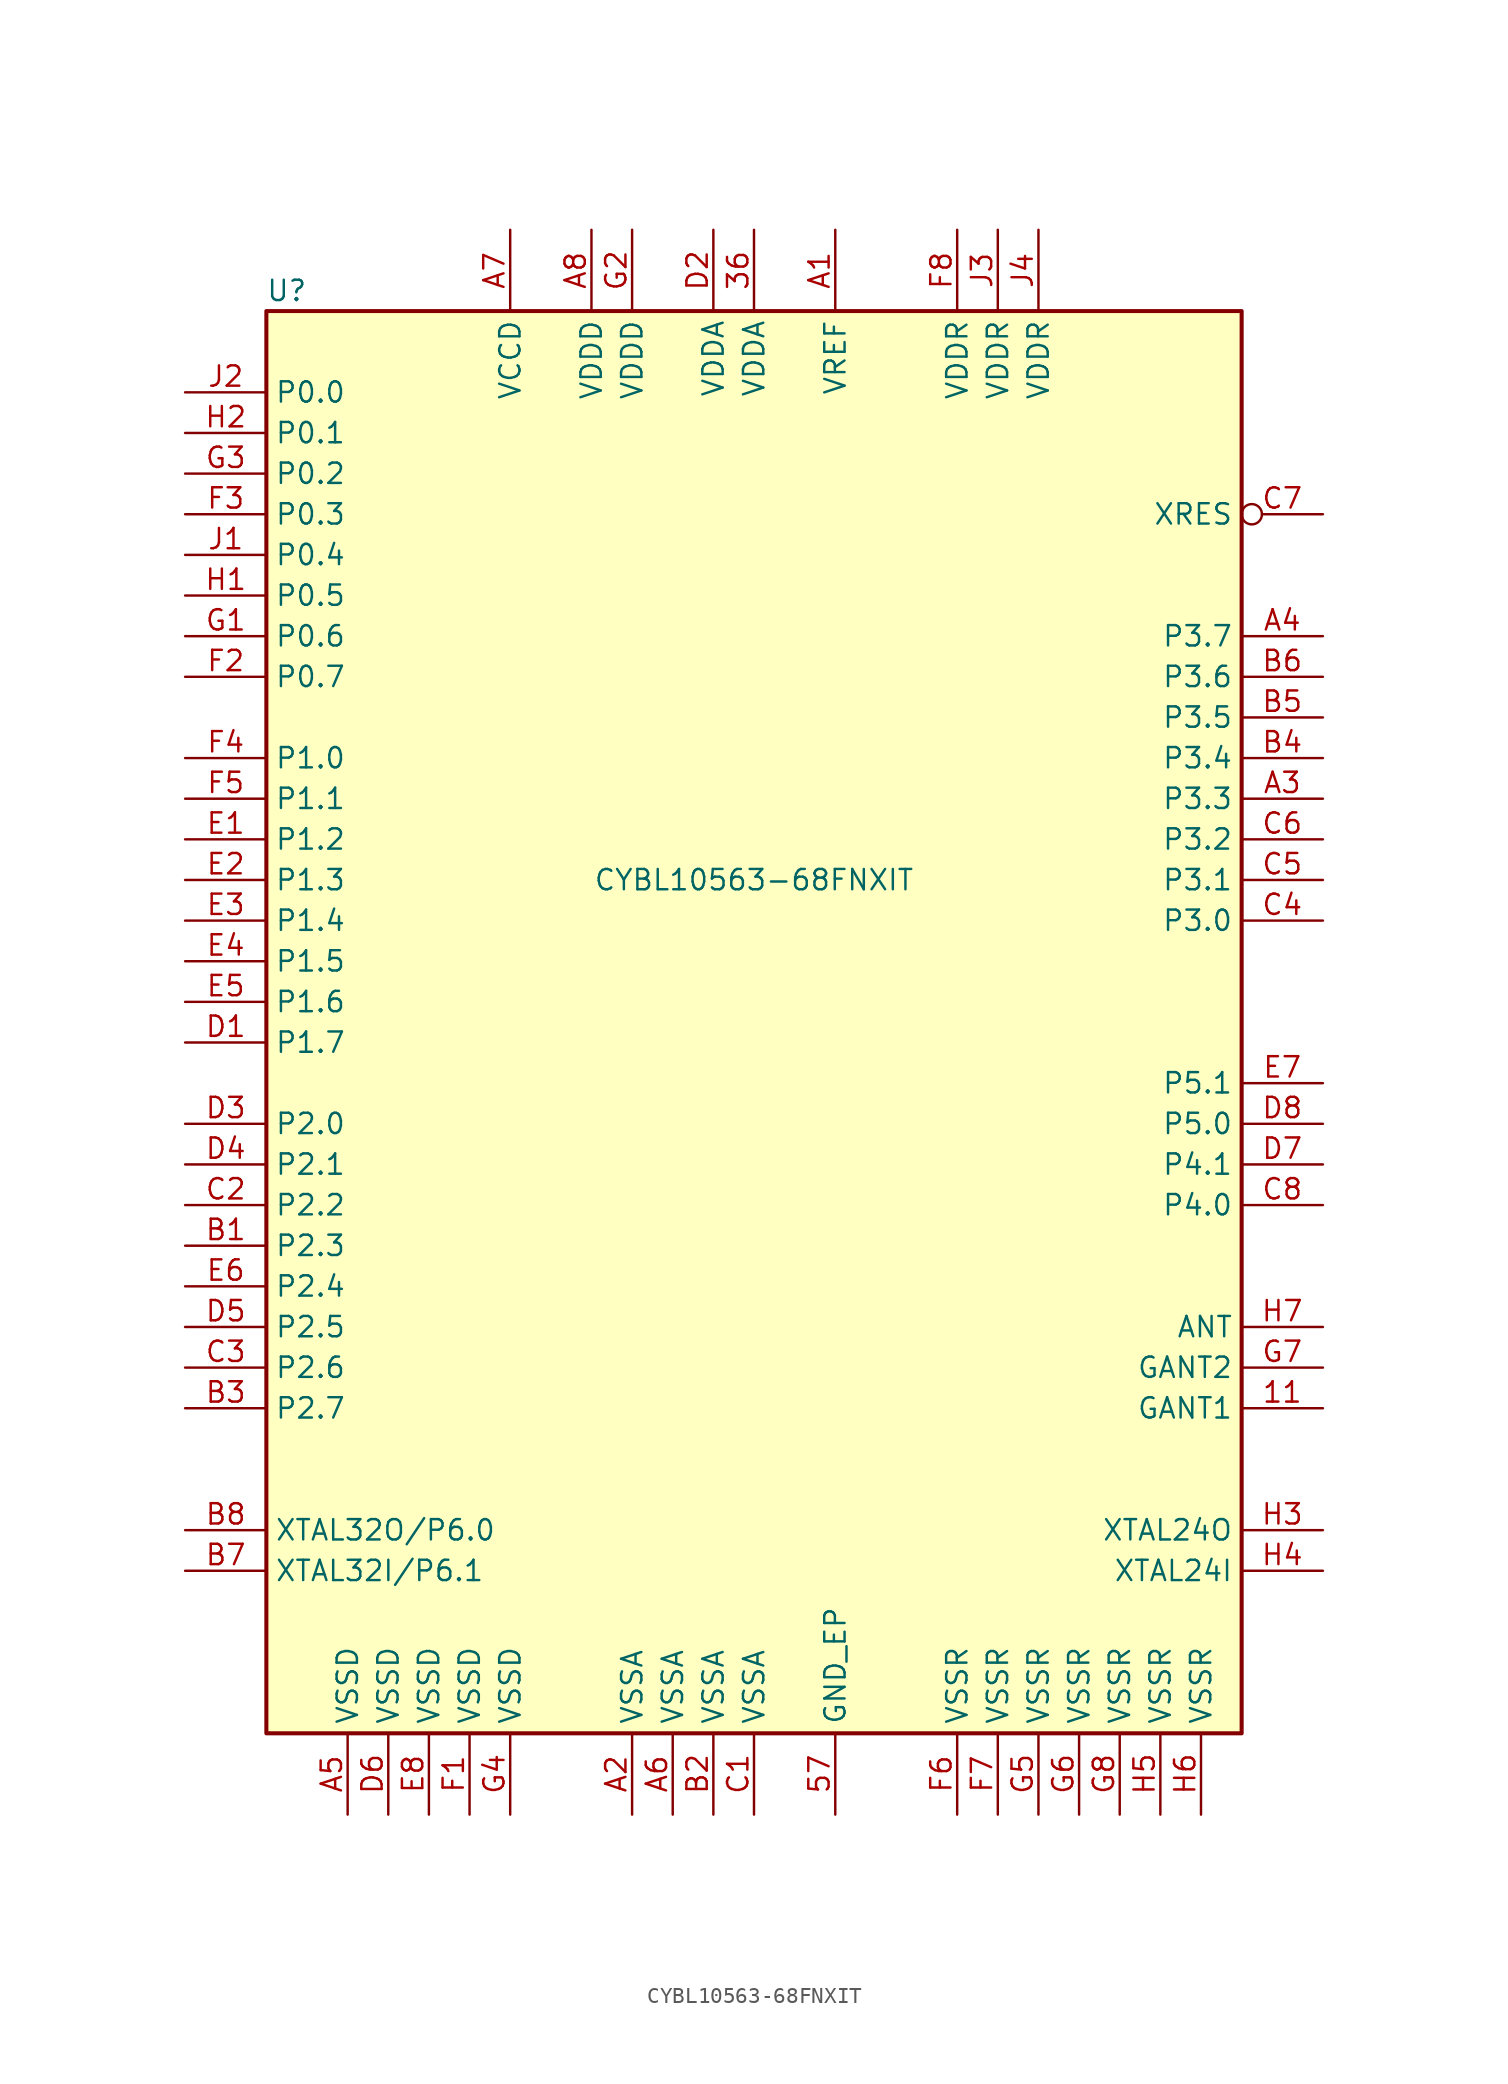
<source format=kicad_sym>
(kicad_symbol_lib
  (version 20200908)
  (generator kicad_symbol_editor)
  (symbol "MCU_Cypress:CYBL10563-68FNXIT"
    (property "Reference" "U"
      (at -29.21 39.37 0)
      (effects (font (size 1.27 1.27))))
    (property "Value" "CYBL10563-68FNXIT"
      (at 0 2.54 0)
      (effects (font (size 1.27 1.27))))
    (symbol "CYBL10563-68FNXIT_1_0"
      (rectangle (start -30.48 -50.8) (end 30.48 38.1) (stroke (width 0.254)) (fill (type background))))
    (symbol "CYBL10563-68FNXIT_1_1"
      (pin power_in line (at 35.56 -30.48 180) (length 5.08) (name "GANT1" (effects (font (size 1.27 1.27)))) (number "11" (effects (font (size 1.27 1.27)))))
      (pin power_in line (at 0 43.18 270) (length 5.08) (name "VDDA" (effects (font (size 1.27 1.27)))) (number "36" (effects (font (size 1.27 1.27)))))
      (pin power_in line (at 5.08 -55.88 90) (length 5.08) (name "GND_EP" (effects (font (size 1.27 1.27)))) (number "57" (effects (font (size 1.27 1.27)))))
      (pin passive line (at 5.08 43.18 270) (length 5.08) (name "VREF" (effects (font (size 1.27 1.27)))) (number "A1" (effects (font (size 1.27 1.27)))))
      (pin power_in line (at -7.62 -55.88 90) (length 5.08) (name "VSSA" (effects (font (size 1.27 1.27)))) (number "A2" (effects (font (size 1.27 1.27)))))
      (pin bidirectional line (at 35.56 7.62 180) (length 5.08) (name "P3.3" (effects (font (size 1.27 1.27)))) (number "A3" (effects (font (size 1.27 1.27)))))
      (pin bidirectional line (at 35.56 17.78 180) (length 5.08) (name "P3.7" (effects (font (size 1.27 1.27)))) (number "A4" (effects (font (size 1.27 1.27)))))
      (pin power_in line (at -25.4 -55.88 90) (length 5.08) (name "VSSD" (effects (font (size 1.27 1.27)))) (number "A5" (effects (font (size 1.27 1.27)))))
      (pin power_in line (at -5.08 -55.88 90) (length 5.08) (name "VSSA" (effects (font (size 1.27 1.27)))) (number "A6" (effects (font (size 1.27 1.27)))))
      (pin power_out line (at -15.24 43.18 270) (length 5.08) (name "VCCD" (effects (font (size 1.27 1.27)))) (number "A7" (effects (font (size 1.27 1.27)))))
      (pin power_in line (at -10.16 43.18 270) (length 5.08) (name "VDDD" (effects (font (size 1.27 1.27)))) (number "A8" (effects (font (size 1.27 1.27)))))
      (pin bidirectional line (at -35.56 -20.32 0) (length 5.08) (name "P2.3" (effects (font (size 1.27 1.27)))) (number "B1" (effects (font (size 1.27 1.27)))))
      (pin bidirectional line (at -2.54 -55.88 90) (length 5.08) (name "VSSA" (effects (font (size 1.27 1.27)))) (number "B2" (effects (font (size 1.27 1.27)))))
      (pin bidirectional line (at -35.56 -30.48 0) (length 5.08) (name "P2.7" (effects (font (size 1.27 1.27)))) (number "B3" (effects (font (size 1.27 1.27)))))
      (pin bidirectional line (at 35.56 10.16 180) (length 5.08) (name "P3.4" (effects (font (size 1.27 1.27)))) (number "B4" (effects (font (size 1.27 1.27)))))
      (pin bidirectional line (at 35.56 12.7 180) (length 5.08) (name "P3.5" (effects (font (size 1.27 1.27)))) (number "B5" (effects (font (size 1.27 1.27)))))
      (pin bidirectional line (at 35.56 15.24 180) (length 5.08) (name "P3.6" (effects (font (size 1.27 1.27)))) (number "B6" (effects (font (size 1.27 1.27)))))
      (pin bidirectional line (at -35.56 -40.64 0) (length 5.08) (name "XTAL32I/P6.1" (effects (font (size 1.27 1.27)))) (number "B7" (effects (font (size 1.27 1.27)))))
      (pin bidirectional line (at -35.56 -38.1 0) (length 5.08) (name "XTAL32O/P6.0" (effects (font (size 1.27 1.27)))) (number "B8" (effects (font (size 1.27 1.27)))))
      (pin power_in line (at 0 -55.88 90) (length 5.08) (name "VSSA" (effects (font (size 1.27 1.27)))) (number "C1" (effects (font (size 1.27 1.27)))))
      (pin bidirectional line (at -35.56 -17.78 0) (length 5.08) (name "P2.2" (effects (font (size 1.27 1.27)))) (number "C2" (effects (font (size 1.27 1.27)))))
      (pin bidirectional line (at -35.56 -27.94 0) (length 5.08) (name "P2.6" (effects (font (size 1.27 1.27)))) (number "C3" (effects (font (size 1.27 1.27)))))
      (pin bidirectional line (at 35.56 0 180) (length 5.08) (name "P3.0" (effects (font (size 1.27 1.27)))) (number "C4" (effects (font (size 1.27 1.27)))))
      (pin bidirectional line (at 35.56 2.54 180) (length 5.08) (name "P3.1" (effects (font (size 1.27 1.27)))) (number "C5" (effects (font (size 1.27 1.27)))))
      (pin bidirectional line (at 35.56 5.08 180) (length 5.08) (name "P3.2" (effects (font (size 1.27 1.27)))) (number "C6" (effects (font (size 1.27 1.27)))))
      (pin input inverted (at 35.56 25.4 180) (length 5.08) (name "XRES" (effects (font (size 1.27 1.27)))) (number "C7" (effects (font (size 1.27 1.27)))))
      (pin bidirectional line (at 35.56 -17.78 180) (length 5.08) (name "P4.0" (effects (font (size 1.27 1.27)))) (number "C8" (effects (font (size 1.27 1.27)))))
      (pin bidirectional line (at -35.56 -7.62 0) (length 5.08) (name "P1.7" (effects (font (size 1.27 1.27)))) (number "D1" (effects (font (size 1.27 1.27)))))
      (pin power_in line (at -2.54 43.18 270) (length 5.08) (name "VDDA" (effects (font (size 1.27 1.27)))) (number "D2" (effects (font (size 1.27 1.27)))))
      (pin bidirectional line (at -35.56 -12.7 0) (length 5.08) (name "P2.0" (effects (font (size 1.27 1.27)))) (number "D3" (effects (font (size 1.27 1.27)))))
      (pin bidirectional line (at -35.56 -15.24 0) (length 5.08) (name "P2.1" (effects (font (size 1.27 1.27)))) (number "D4" (effects (font (size 1.27 1.27)))))
      (pin bidirectional line (at -35.56 -25.4 0) (length 5.08) (name "P2.5" (effects (font (size 1.27 1.27)))) (number "D5" (effects (font (size 1.27 1.27)))))
      (pin power_in line (at -22.86 -55.88 90) (length 5.08) (name "VSSD" (effects (font (size 1.27 1.27)))) (number "D6" (effects (font (size 1.27 1.27)))))
      (pin bidirectional line (at 35.56 -15.24 180) (length 5.08) (name "P4.1" (effects (font (size 1.27 1.27)))) (number "D7" (effects (font (size 1.27 1.27)))))
      (pin bidirectional line (at 35.56 -12.7 180) (length 5.08) (name "P5.0" (effects (font (size 1.27 1.27)))) (number "D8" (effects (font (size 1.27 1.27)))))
      (pin bidirectional line (at -35.56 5.08 0) (length 5.08) (name "P1.2" (effects (font (size 1.27 1.27)))) (number "E1" (effects (font (size 1.27 1.27)))))
      (pin bidirectional line (at -35.56 2.54 0) (length 5.08) (name "P1.3" (effects (font (size 1.27 1.27)))) (number "E2" (effects (font (size 1.27 1.27)))))
      (pin bidirectional line (at -35.56 0 0) (length 5.08) (name "P1.4" (effects (font (size 1.27 1.27)))) (number "E3" (effects (font (size 1.27 1.27)))))
      (pin bidirectional line (at -35.56 -2.54 0) (length 5.08) (name "P1.5" (effects (font (size 1.27 1.27)))) (number "E4" (effects (font (size 1.27 1.27)))))
      (pin bidirectional line (at -35.56 -5.08 0) (length 5.08) (name "P1.6" (effects (font (size 1.27 1.27)))) (number "E5" (effects (font (size 1.27 1.27)))))
      (pin bidirectional line (at -35.56 -22.86 0) (length 5.08) (name "P2.4" (effects (font (size 1.27 1.27)))) (number "E6" (effects (font (size 1.27 1.27)))))
      (pin bidirectional line (at 35.56 -10.16 180) (length 5.08) (name "P5.1" (effects (font (size 1.27 1.27)))) (number "E7" (effects (font (size 1.27 1.27)))))
      (pin power_in line (at -20.32 -55.88 90) (length 5.08) (name "VSSD" (effects (font (size 1.27 1.27)))) (number "E8" (effects (font (size 1.27 1.27)))))
      (pin power_in line (at -17.78 -55.88 90) (length 5.08) (name "VSSD" (effects (font (size 1.27 1.27)))) (number "F1" (effects (font (size 1.27 1.27)))))
      (pin bidirectional line (at -35.56 15.24 0) (length 5.08) (name "P0.7" (effects (font (size 1.27 1.27)))) (number "F2" (effects (font (size 1.27 1.27)))))
      (pin bidirectional line (at -35.56 25.4 0) (length 5.08) (name "P0.3" (effects (font (size 1.27 1.27)))) (number "F3" (effects (font (size 1.27 1.27)))))
      (pin bidirectional line (at -35.56 10.16 0) (length 5.08) (name "P1.0" (effects (font (size 1.27 1.27)))) (number "F4" (effects (font (size 1.27 1.27)))))
      (pin bidirectional line (at -35.56 7.62 0) (length 5.08) (name "P1.1" (effects (font (size 1.27 1.27)))) (number "F5" (effects (font (size 1.27 1.27)))))
      (pin power_in line (at 12.7 -55.88 90) (length 5.08) (name "VSSR" (effects (font (size 1.27 1.27)))) (number "F6" (effects (font (size 1.27 1.27)))))
      (pin power_in line (at 15.24 -55.88 90) (length 5.08) (name "VSSR" (effects (font (size 1.27 1.27)))) (number "F7" (effects (font (size 1.27 1.27)))))
      (pin power_in line (at 12.7 43.18 270) (length 5.08) (name "VDDR" (effects (font (size 1.27 1.27)))) (number "F8" (effects (font (size 1.27 1.27)))))
      (pin bidirectional line (at -35.56 17.78 0) (length 5.08) (name "P0.6" (effects (font (size 1.27 1.27)))) (number "G1" (effects (font (size 1.27 1.27)))))
      (pin power_in line (at -7.62 43.18 270) (length 5.08) (name "VDDD" (effects (font (size 1.27 1.27)))) (number "G2" (effects (font (size 1.27 1.27)))))
      (pin bidirectional line (at -35.56 27.94 0) (length 5.08) (name "P0.2" (effects (font (size 1.27 1.27)))) (number "G3" (effects (font (size 1.27 1.27)))))
      (pin power_in line (at -15.24 -55.88 90) (length 5.08) (name "VSSD" (effects (font (size 1.27 1.27)))) (number "G4" (effects (font (size 1.27 1.27)))))
      (pin power_in line (at 17.78 -55.88 90) (length 5.08) (name "VSSR" (effects (font (size 1.27 1.27)))) (number "G5" (effects (font (size 1.27 1.27)))))
      (pin power_in line (at 20.32 -55.88 90) (length 5.08) (name "VSSR" (effects (font (size 1.27 1.27)))) (number "G6" (effects (font (size 1.27 1.27)))))
      (pin power_in line (at 35.56 -27.94 180) (length 5.08) (name "GANT2" (effects (font (size 1.27 1.27)))) (number "G7" (effects (font (size 1.27 1.27)))))
      (pin power_in line (at 22.86 -55.88 90) (length 5.08) (name "VSSR" (effects (font (size 1.27 1.27)))) (number "G8" (effects (font (size 1.27 1.27)))))
      (pin bidirectional line (at -35.56 20.32 0) (length 5.08) (name "P0.5" (effects (font (size 1.27 1.27)))) (number "H1" (effects (font (size 1.27 1.27)))))
      (pin bidirectional line (at -35.56 30.48 0) (length 5.08) (name "P0.1" (effects (font (size 1.27 1.27)))) (number "H2" (effects (font (size 1.27 1.27)))))
      (pin output line (at 35.56 -38.1 180) (length 5.08) (name "XTAL24O" (effects (font (size 1.27 1.27)))) (number "H3" (effects (font (size 1.27 1.27)))))
      (pin input line (at 35.56 -40.64 180) (length 5.08) (name "XTAL24I" (effects (font (size 1.27 1.27)))) (number "H4" (effects (font (size 1.27 1.27)))))
      (pin power_in line (at 25.4 -55.88 90) (length 5.08) (name "VSSR" (effects (font (size 1.27 1.27)))) (number "H5" (effects (font (size 1.27 1.27)))))
      (pin power_in line (at 27.94 -55.88 90) (length 5.08) (name "VSSR" (effects (font (size 1.27 1.27)))) (number "H6" (effects (font (size 1.27 1.27)))))
      (pin output line (at 35.56 -25.4 180) (length 5.08) (name "ANT" (effects (font (size 1.27 1.27)))) (number "H7" (effects (font (size 1.27 1.27)))))
      (pin bidirectional line (at -35.56 22.86 0) (length 5.08) (name "P0.4" (effects (font (size 1.27 1.27)))) (number "J1" (effects (font (size 1.27 1.27)))))
      (pin bidirectional line (at -35.56 33.02 0) (length 5.08) (name "P0.0" (effects (font (size 1.27 1.27)))) (number "J2" (effects (font (size 1.27 1.27)))))
      (pin power_in line (at 15.24 43.18 270) (length 5.08) (name "VDDR" (effects (font (size 1.27 1.27)))) (number "J3" (effects (font (size 1.27 1.27)))))
      (pin power_in line (at 17.78 43.18 270) (length 5.08) (name "VDDR" (effects (font (size 1.27 1.27)))) (number "J4" (effects (font (size 1.27 1.27)))))
      (pin unconnected line (at 30.48 30.48 180) (length 2.54) hide (name "NC" (effects (font (size 1.27 1.27)))) (number "J7" (effects (font (size 1.27 1.27))))))))
</source>
